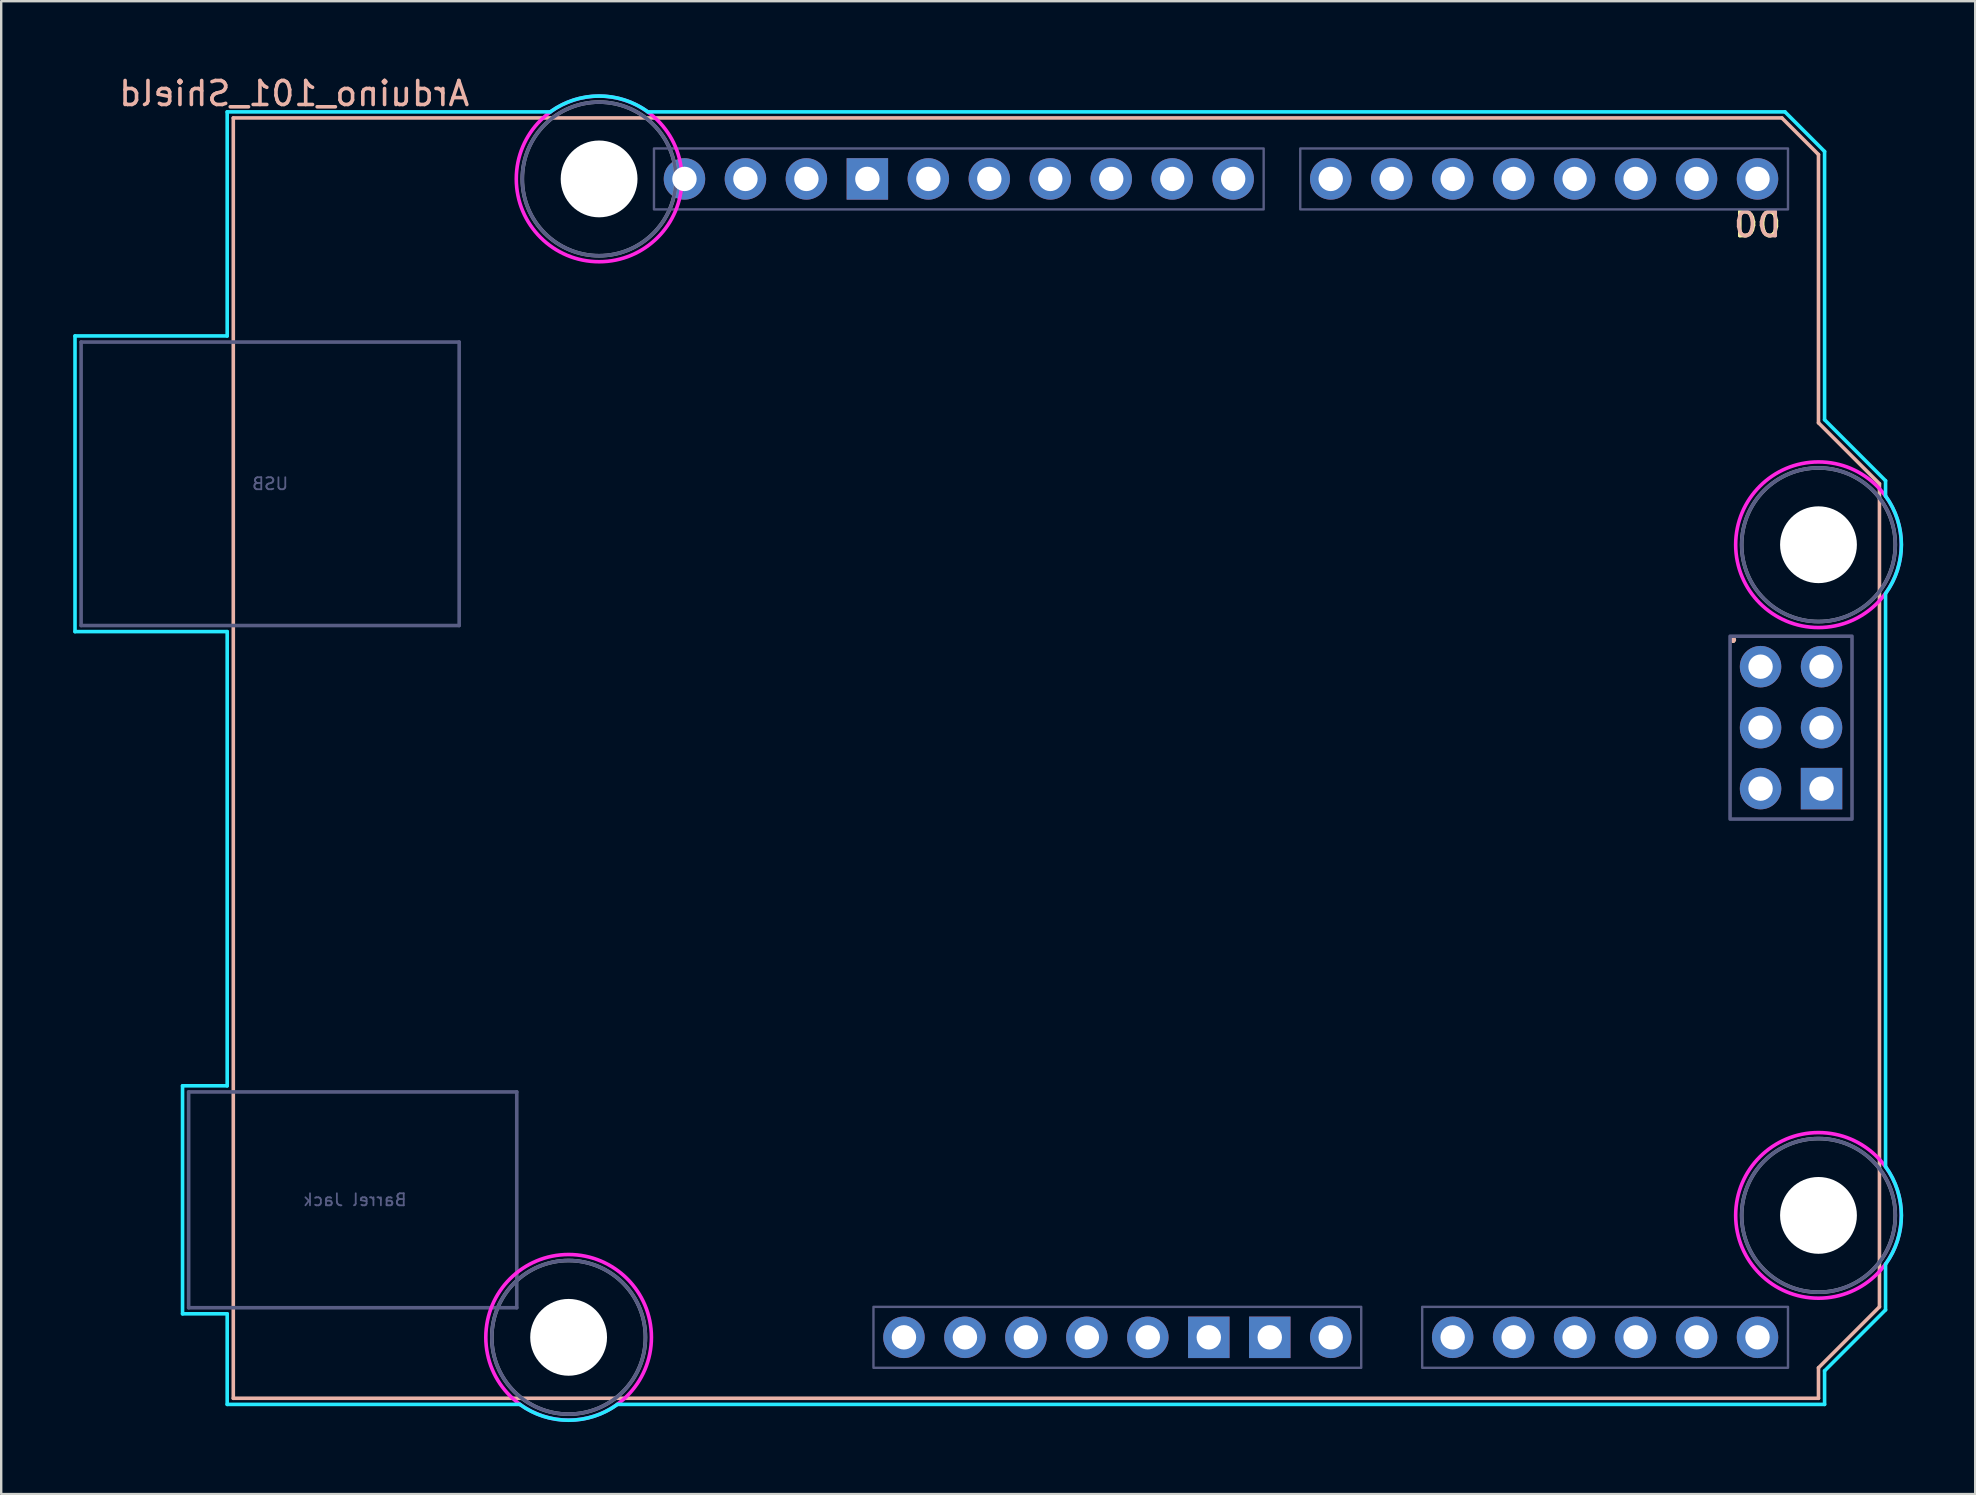
<source format=kicad_pcb>
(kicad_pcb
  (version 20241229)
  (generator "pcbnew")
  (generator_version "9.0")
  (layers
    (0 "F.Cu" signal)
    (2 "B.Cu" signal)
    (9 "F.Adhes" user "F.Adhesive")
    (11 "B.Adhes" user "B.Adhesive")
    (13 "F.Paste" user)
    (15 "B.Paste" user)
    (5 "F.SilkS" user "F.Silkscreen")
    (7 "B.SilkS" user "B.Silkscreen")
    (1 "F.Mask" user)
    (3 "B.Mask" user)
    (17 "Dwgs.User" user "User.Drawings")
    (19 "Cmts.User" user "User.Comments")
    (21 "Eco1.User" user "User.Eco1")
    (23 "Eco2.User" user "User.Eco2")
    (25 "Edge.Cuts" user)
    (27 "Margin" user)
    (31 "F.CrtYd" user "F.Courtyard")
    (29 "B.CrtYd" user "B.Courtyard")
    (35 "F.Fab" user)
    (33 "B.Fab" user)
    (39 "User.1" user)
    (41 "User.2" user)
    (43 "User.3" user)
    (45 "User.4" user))
  (footprint "Arduino_101_Shield"
    (layer "F.Cu")
    (at 6.669 55.204)
    (property "Reference" "Arduino_101_Shield" (at 2.54 -54.356 0) (layer "B.SilkS") (effects (font (size 1 1) (thickness 0.15)) (justify mirror)))
    (attr through_hole)
    (fp_line (start 0 -53.34) (end 0 0) (stroke (width 0.15) (type solid)) (layer "B.SilkS"))
    (fp_line (start 0 -53.34) (end 64.516 -53.34) (stroke (width 0.15) (type solid)) (layer "B.SilkS"))
    (fp_line (start 0 0) (end 66.04 0) (stroke (width 0.15) (type solid)) (layer "B.SilkS"))
    (fp_line (start 64.516 -53.34) (end 66.04 -51.816) (stroke (width 0.15) (type solid)) (layer "B.SilkS"))
    (fp_line (start 66.04 -40.64) (end 66.04 -51.816) (stroke (width 0.15) (type solid)) (layer "B.SilkS"))
    (fp_line (start 66.04 -1.27) (end 68.58 -3.81) (stroke (width 0.15) (type solid)) (layer "B.SilkS"))
    (fp_line (start 66.04 0) (end 66.04 -1.27) (stroke (width 0.15) (type solid)) (layer "B.SilkS"))
    (fp_line (start 68.58 -38.1) (end 66.04 -40.64) (stroke (width 0.15) (type solid)) (layer "B.SilkS"))
    (fp_line (start 68.58 -3.81) (end 68.58 -38.1) (stroke (width 0.15) (type solid)) (layer "B.SilkS"))
    (fp_line (start -6.594 -44.258) (end -0.254 -44.258) (stroke (width 0.15) (type solid)) (layer "B.CrtYd"))
    (fp_line (start -6.594 -31.94) (end -6.594 -44.258) (stroke (width 0.15) (type solid)) (layer "B.CrtYd"))
    (fp_line (start -2.114 -13.018) (end -2.114 -3.519) (stroke (width 0.15) (type solid)) (layer "B.CrtYd"))
    (fp_line (start -2.114 -13.018) (end -0.254 -13.018) (stroke (width 0.15) (type solid)) (layer "B.CrtYd"))
    (fp_line (start -2.114 -3.519) (end -0.254 -3.519) (stroke (width 0.15) (type solid)) (layer "B.CrtYd"))
    (fp_line (start -0.254 -53.594) (end -0.254 -44.258) (stroke (width 0.15) (type solid)) (layer "B.CrtYd"))
    (fp_line (start -0.254 -31.94) (end -6.594 -31.94) (stroke (width 0.15) (type solid)) (layer "B.CrtYd"))
    (fp_line (start -0.254 -31.94) (end -0.254 -13.018) (stroke (width 0.15) (type solid)) (layer "B.CrtYd"))
    (fp_line (start -0.254 -3.519) (end -0.254 0.254) (stroke (width 0.15) (type solid)) (layer "B.CrtYd"))
    (fp_line (start 11.938 0.254) (end -0.254 0.254) (stroke (width 0.15) (type solid)) (layer "B.CrtYd"))
    (fp_line (start 13.208 -53.594) (end -0.254 -53.594) (stroke (width 0.15) (type solid)) (layer "B.CrtYd"))
    (fp_line (start 16.002 0.254) (end 66.294 0.254) (stroke (width 0.15) (type solid)) (layer "B.CrtYd"))
    (fp_line (start 17.272 -53.594) (end 64.643 -53.594) (stroke (width 0.15) (type solid)) (layer "B.CrtYd"))
    (fp_line (start 64.643 -53.594) (end 66.294 -51.943) (stroke (width 0.15) (type solid)) (layer "B.CrtYd"))
    (fp_line (start 66.294 -40.767) (end 66.294 -51.943) (stroke (width 0.15) (type solid)) (layer "B.CrtYd"))
    (fp_line (start 66.294 -1.143) (end 68.834 -3.683) (stroke (width 0.15) (type solid)) (layer "B.CrtYd"))
    (fp_line (start 66.294 0.254) (end 66.294 -1.143) (stroke (width 0.15) (type solid)) (layer "B.CrtYd"))
    (fp_line (start 68.834 -38.227) (end 66.294 -40.767) (stroke (width 0.15) (type solid)) (layer "B.CrtYd"))
    (fp_line (start 68.834 -38.227) (end 68.834 -37.592) (stroke (width 0.15) (type solid)) (layer "B.CrtYd"))
    (fp_line (start 68.834 -9.652) (end 68.834 -33.528) (stroke (width 0.15) (type solid)) (layer "B.CrtYd"))
    (fp_line (start 68.834 -5.588) (end 68.834 -3.683) (stroke (width 0.15) (type solid)) (layer "B.CrtYd"))
    (fp_arc (start 13.208 -53.594) (mid 15.24 -54.254237) (end 17.272 -53.594) (stroke (width 0.15) (type solid)) (layer "B.CrtYd"))
    (fp_arc (start 16.002 0.254) (mid 13.97 0.914237) (end 11.938 0.254) (stroke (width 0.15) (type solid)) (layer "B.CrtYd"))
    (fp_arc (start 68.834 -37.592) (mid 69.494238 -35.56) (end 68.834 -33.528) (stroke (width 0.15) (type solid)) (layer "B.CrtYd"))
    (fp_arc (start 68.834 -9.652) (mid 69.494238 -7.62) (end 68.834 -5.588) (stroke (width 0.15) (type solid)) (layer "B.CrtYd"))
    (fp_circle (center 13.97 -2.54) (end 17.42 -2.54) (stroke (width 0.15) (type solid)) (fill no) (layer "F.CrtYd"))
    (fp_circle (center 15.24 -50.8) (end 18.69 -50.8) (stroke (width 0.15) (type solid)) (fill no) (layer "F.CrtYd"))
    (fp_circle (center 66.04 -35.56) (end 69.49 -35.56) (stroke (width 0.15) (type solid)) (fill no) (layer "F.CrtYd"))
    (fp_circle (center 66.04 -7.62) (end 69.49 -7.62) (stroke (width 0.15) (type solid)) (fill no) (layer "F.CrtYd"))
    (fp_line (start -6.34 -44.004) (end 9.41 -44.004) (stroke (width 0.15) (type solid)) (layer "B.Fab"))
    (fp_line (start -6.34 -32.194) (end -6.34 -44.004) (stroke (width 0.15) (type solid)) (layer "B.Fab"))
    (fp_line (start -6.34 -32.194) (end 9.41 -32.194) (stroke (width 0.15) (type solid)) (layer "B.Fab"))
    (fp_line (start -1.86 -12.764) (end -1.86 -3.773) (stroke (width 0.15) (type solid)) (layer "B.Fab"))
    (fp_line (start -1.86 -12.764) (end 11.81 -12.764) (stroke (width 0.15) (type solid)) (layer "B.Fab"))
    (fp_line (start -1.86 -3.773) (end 11.81 -3.773) (stroke (width 0.15) (type solid)) (layer "B.Fab"))
    (fp_line (start 9.41 -32.194) (end 9.41 -44.004) (stroke (width 0.15) (type solid)) (layer "B.Fab"))
    (fp_line (start 11.81 -12.764) (end 11.81 -3.773) (stroke (width 0.15) (type solid)) (layer "B.Fab"))
    (fp_rect (start 17.526 -52.07) (end 42.926 -49.53) (stroke (width 0.1) (type solid)) (fill no) (layer "B.Fab"))
    (fp_rect (start 26.67 -3.81) (end 46.99 -1.27) (stroke (width 0.1) (type solid)) (fill no) (layer "B.Fab"))
    (fp_rect (start 44.45 -52.07) (end 64.77 -49.53) (stroke (width 0.1) (type solid)) (fill no) (layer "B.Fab"))
    (fp_rect (start 49.53 -3.81) (end 64.77 -1.27) (stroke (width 0.1) (type solid)) (fill no) (layer "B.Fab"))
    (fp_rect (start 62.357 -31.75) (end 67.437 -24.13) (stroke (width 0.15) (type solid)) (fill no) (layer "B.Fab"))
    (fp_circle (center 13.97 -2.54) (end 17.17 -2.54) (stroke (width 0.15) (type solid)) (fill no) (layer "B.Fab"))
    (fp_circle (center 15.24 -50.8) (end 18.44 -50.8) (stroke (width 0.15) (type solid)) (fill no) (layer "B.Fab"))
    (fp_circle (center 66.04 -35.56) (end 69.24 -35.56) (stroke (width 0.15) (type solid)) (fill no) (layer "B.Fab"))
    (fp_circle (center 66.04 -7.62) (end 69.24 -7.62) (stroke (width 0.15) (type solid)) (fill no) (layer "B.Fab"))
    (fp_circle (center 13.97 -2.54) (end 17.17 -2.54) (stroke (width 0.15) (type solid)) (fill no) (layer "F.Fab"))
    (fp_circle (center 15.24 -50.8) (end 18.44 -50.8) (stroke (width 0.15) (type solid)) (fill no) (layer "F.Fab"))
    (fp_circle (center 66.04 -35.56) (end 69.24 -35.56) (stroke (width 0.15) (type solid)) (fill no) (layer "F.Fab"))
    (fp_circle (center 66.04 -7.62) (end 69.24 -7.62) (stroke (width 0.15) (type solid)) (fill no) (layer "F.Fab"))
    (fp_text user "." (at 62.484 -32.004 0) (layer "F.SilkS") (effects (font (size 1 1) (thickness 0.15))))
    (fp_text user "D0" (at 63.5 -48.895 0) (unlocked yes) (layer "F.SilkS") (effects (font (size 1 1) (thickness 0.15))))
    (fp_text user "D0" (at 63.5 -48.895 0) (unlocked yes) (layer "B.SilkS") (effects (font (size 1 1) (thickness 0.15)) (justify mirror)))
    (fp_text user "." (at 62.484 -32.004 0) (layer "B.SilkS") (effects (font (size 1 1) (thickness 0.15))))
    (fp_text user "USB" (at 1.535 -38.099 0) (layer "B.Fab") (effects (font (size 0.5 0.5) (thickness 0.075)) (justify mirror)))
    (fp_text user "Barrel Jack" (at 5.065 -8.268 0) (layer "B.Fab") (effects (font (size 0.5 0.5) (thickness 0.075)) (justify mirror)))
    (pad "" np_thru_hole circle (at 13.97 -2.54) (size 3.2 3.2) (drill 3.2) (layers "*.Cu" "*.Mask"))
    (pad "" np_thru_hole circle (at 15.24 -50.8) (size 3.2 3.2) (drill 3.2) (layers "*.Cu" "*.Mask"))
    (pad "" np_thru_hole circle (at 66.04 -35.56) (size 3.2 3.2) (drill 3.2) (layers "*.Cu" "*.Mask"))
    (pad "" np_thru_hole circle (at 66.04 -7.62) (size 3.2 3.2) (drill 3.2) (layers "*.Cu" "*.Mask"))
    (pad "3V3" thru_hole oval (at 35.56 -2.54) (size 1.727 1.727) (drill 1.016) (layers "*.Cu" "*.Mask"))
    (pad "5V1" thru_hole oval (at 38.1 -2.54) (size 1.727 1.727) (drill 1.016) (layers "*.Cu" "*.Mask"))
    (pad "5V2" thru_hole oval (at 66.167 -30.48) (size 1.727 1.727) (drill 1.016) (layers "*.Cu" "*.Mask"))
    (pad "A0" thru_hole oval (at 50.8 -2.54) (size 1.727 1.727) (drill 1.016) (layers "*.Cu" "*.Mask"))
    (pad "A1" thru_hole oval (at 53.34 -2.54) (size 1.727 1.727) (drill 1.016) (layers "*.Cu" "*.Mask"))
    (pad "A2" thru_hole oval (at 55.88 -2.54) (size 1.727 1.727) (drill 1.016) (layers "*.Cu" "*.Mask"))
    (pad "A3" thru_hole oval (at 58.42 -2.54) (size 1.727 1.727) (drill 1.016) (layers "*.Cu" "*.Mask"))
    (pad "A4" thru_hole oval (at 60.96 -2.54) (size 1.727 1.727) (drill 1.016) (layers "*.Cu" "*.Mask"))
    (pad "A5" thru_hole oval (at 63.5 -2.54) (size 1.727 1.727) (drill 1.016) (layers "*.Cu" "*.Mask"))
    (pad "AREF" thru_hole oval (at 23.876 -50.8) (size 1.727 1.727) (drill 1.016) (layers "*.Cu" "*.Mask"))
    (pad "ATN" thru_hole oval (at 27.94 -2.54) (size 1.727 1.727) (drill 1.016) (layers "*.Cu" "*.Mask"))
    (pad "D0" thru_hole oval (at 63.5 -50.8) (size 1.727 1.727) (drill 1.016) (layers "*.Cu" "*.Mask"))
    (pad "D1" thru_hole oval (at 60.96 -50.8) (size 1.727 1.727) (drill 1.016) (layers "*.Cu" "*.Mask"))
    (pad "D2" thru_hole oval (at 58.42 -50.8) (size 1.727 1.727) (drill 1.016) (layers "*.Cu" "*.Mask"))
    (pad "D3" thru_hole oval (at 55.88 -50.8) (size 1.727 1.727) (drill 1.016) (layers "*.Cu" "*.Mask"))
    (pad "D4" thru_hole oval (at 53.34 -50.8) (size 1.727 1.727) (drill 1.016) (layers "*.Cu" "*.Mask"))
    (pad "D5" thru_hole oval (at 50.8 -50.8) (size 1.727 1.727) (drill 1.016) (layers "*.Cu" "*.Mask"))
    (pad "D6" thru_hole oval (at 48.26 -50.8) (size 1.727 1.727) (drill 1.016) (layers "*.Cu" "*.Mask"))
    (pad "D7" thru_hole oval (at 45.72 -50.8) (size 1.727 1.727) (drill 1.016) (layers "*.Cu" "*.Mask"))
    (pad "D8" thru_hole oval (at 41.656 -50.8) (size 1.727 1.727) (drill 1.016) (layers "*.Cu" "*.Mask"))
    (pad "D9" thru_hole oval (at 39.116 -50.8) (size 1.727 1.727) (drill 1.016) (layers "*.Cu" "*.Mask"))
    (pad "D10" thru_hole oval (at 36.576 -50.8) (size 1.727 1.727) (drill 1.016) (layers "*.Cu" "*.Mask"))
    (pad "D11" thru_hole oval (at 34.036 -50.8) (size 1.727 1.727) (drill 1.016) (layers "*.Cu" "*.Mask"))
    (pad "D12" thru_hole oval (at 31.496 -50.8) (size 1.727 1.727) (drill 1.016) (layers "*.Cu" "*.Mask"))
    (pad "D13" thru_hole oval (at 28.956 -50.8) (size 1.727 1.727) (drill 1.016) (layers "*.Cu" "*.Mask"))
    (pad "GND1" thru_hole rect (at 26.416 -50.8) (size 1.727 1.727) (drill 1.016) (layers "*.Cu" "*.Mask"))
    (pad "GND2" thru_hole rect (at 40.64 -2.54) (size 1.727 1.727) (drill 1.016) (layers "*.Cu" "*.Mask"))
    (pad "GND3" thru_hole rect (at 43.18 -2.54) (size 1.727 1.727) (drill 1.016) (layers "*.Cu" "*.Mask"))
    (pad "GND4" thru_hole rect (at 66.167 -25.4) (size 1.727 1.727) (drill 1.016) (layers "*.Cu" "*.Mask"))
    (pad "IORF" thru_hole oval (at 30.48 -2.54) (size 1.727 1.727) (drill 1.016) (layers "*.Cu" "*.Mask"))
    (pad "MISO" thru_hole oval (at 63.627 -30.48) (size 1.727 1.727) (drill 1.016) (layers "*.Cu" "*.Mask"))
    (pad "MOSI" thru_hole oval (at 66.167 -27.94) (size 1.727 1.727) (drill 1.016) (layers "*.Cu" "*.Mask"))
    (pad "RST1" thru_hole oval (at 33.02 -2.54) (size 1.727 1.727) (drill 1.016) (layers "*.Cu" "*.Mask"))
    (pad "RST2" thru_hole oval (at 63.627 -25.4) (size 1.727 1.727) (drill 1.016) (layers "*.Cu" "*.Mask"))
    (pad "SCK" thru_hole oval (at 63.627 -27.94) (size 1.727 1.727) (drill 1.016) (layers "*.Cu" "*.Mask"))
    (pad "SCL" thru_hole oval (at 18.796 -50.8) (size 1.727 1.727) (drill 1.016) (layers "*.Cu" "*.Mask"))
    (pad "SDA" thru_hole oval (at 21.336 -50.8) (size 1.727 1.727) (drill 1.016) (layers "*.Cu" "*.Mask"))
    (pad "VIN" thru_hole oval (at 45.72 -2.54) (size 1.727 1.727) (drill 1.016) (layers "*.Cu" "*.Mask")))
  (gr_rect
    (start -3 -3)
    (end 79.238 59.193)
    (stroke (width 0.1) (type default))
    (fill no)
    (layer "Edge.Cuts")))
</source>
